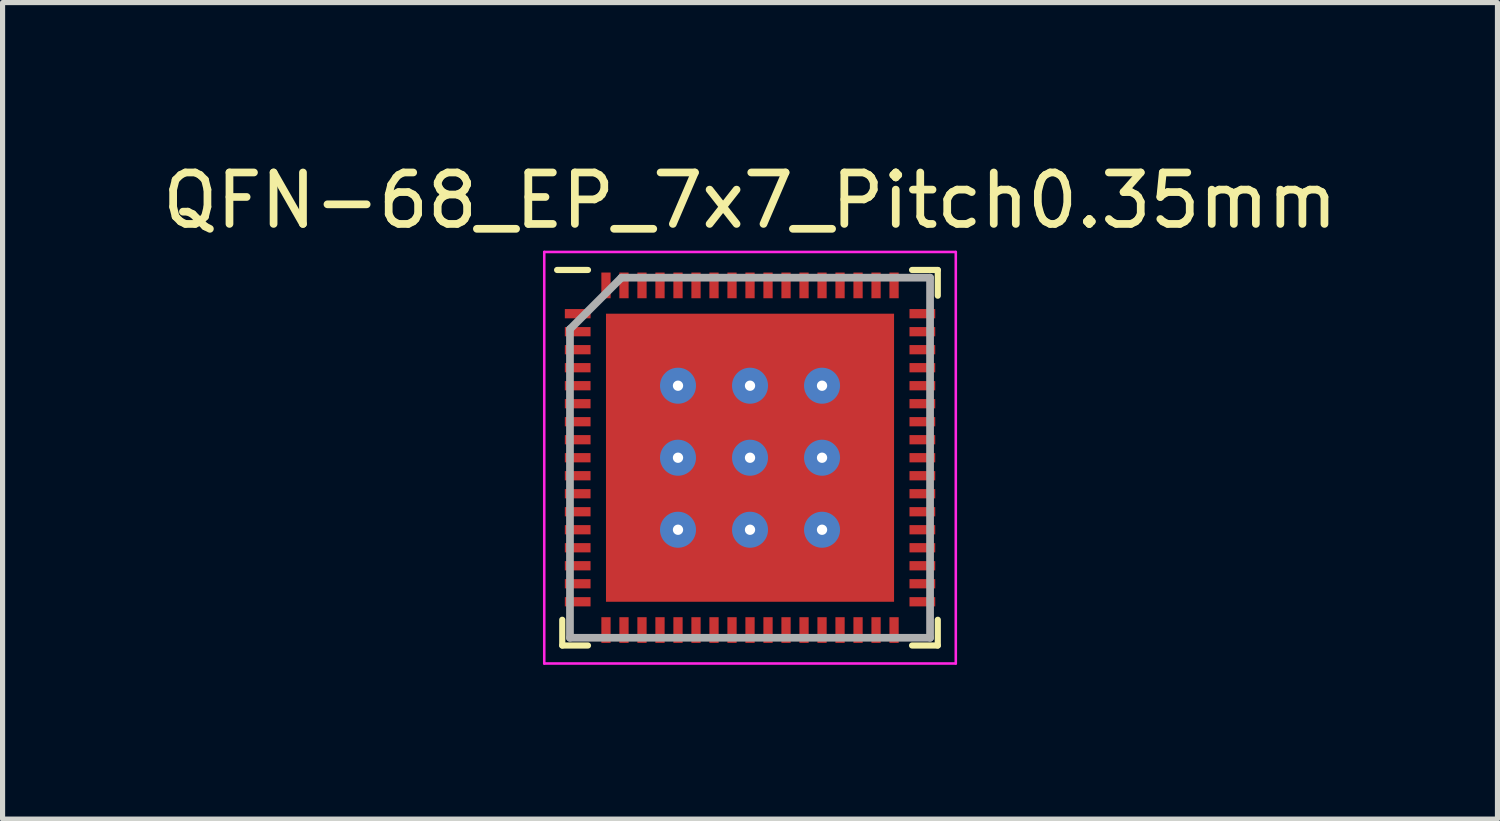
<source format=kicad_pcb>
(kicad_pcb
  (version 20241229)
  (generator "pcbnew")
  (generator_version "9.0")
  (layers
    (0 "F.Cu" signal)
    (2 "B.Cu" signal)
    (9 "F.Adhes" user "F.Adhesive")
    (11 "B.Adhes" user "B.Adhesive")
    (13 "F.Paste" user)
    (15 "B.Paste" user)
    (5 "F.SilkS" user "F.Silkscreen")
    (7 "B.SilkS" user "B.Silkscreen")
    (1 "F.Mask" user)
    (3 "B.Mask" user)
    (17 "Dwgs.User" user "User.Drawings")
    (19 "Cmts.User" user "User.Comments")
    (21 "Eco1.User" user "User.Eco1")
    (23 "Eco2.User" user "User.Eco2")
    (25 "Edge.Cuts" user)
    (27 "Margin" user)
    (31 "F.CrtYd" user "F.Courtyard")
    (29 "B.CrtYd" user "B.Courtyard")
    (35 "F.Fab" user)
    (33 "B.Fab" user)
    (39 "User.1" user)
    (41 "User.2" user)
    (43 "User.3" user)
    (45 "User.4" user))
  (footprint "QFN-68_EP_7x7_Pitch0.35mm"
    (layer "F.Cu")
    (at 11.53 5.848)
    (property "Reference" "QFN-68_EP_7x7_Pitch0.35mm" (at 0 -5 0) (unlocked yes) (layer "F.SilkS") (effects (font (size 1 1) (thickness 0.15))))
    (attr smd)
    (fp_line (start -3.65 3.65) (end -3.65 3.15) (stroke (width 0.12) (type default)) (layer "F.SilkS"))
    (fp_line (start -3.15 -3.65) (end -3.75 -3.65) (stroke (width 0.12) (type default)) (layer "F.SilkS"))
    (fp_line (start -3.15 3.65) (end -3.65 3.65) (stroke (width 0.12) (type default)) (layer "F.SilkS"))
    (fp_line (start 3.15 -3.65) (end 3.65 -3.65) (stroke (width 0.12) (type default)) (layer "F.SilkS"))
    (fp_line (start 3.15 3.65) (end 3.65 3.65) (stroke (width 0.12) (type default)) (layer "F.SilkS"))
    (fp_line (start 3.65 -3.65) (end 3.65 -3.15) (stroke (width 0.12) (type default)) (layer "F.SilkS"))
    (fp_line (start 3.65 3.65) (end 3.65 3.15) (stroke (width 0.12) (type default)) (layer "F.SilkS"))
    (fp_line (start -4 -4) (end 4 -4) (stroke (width 0.05) (type default)) (layer "F.CrtYd"))
    (fp_line (start -4 4) (end -4 -4) (stroke (width 0.05) (type default)) (layer "F.CrtYd"))
    (fp_line (start 4 -4) (end 4 4) (stroke (width 0.05) (type default)) (layer "F.CrtYd"))
    (fp_line (start 4 4) (end -4 4) (stroke (width 0.05) (type default)) (layer "F.CrtYd"))
    (fp_line (start -3.5 -2.5) (end -3.5 3.5) (stroke (width 0.15) (type default)) (layer "F.Fab"))
    (fp_line (start -3.5 3.5) (end 3.5 3.5) (stroke (width 0.15) (type default)) (layer "F.Fab"))
    (fp_line (start -2.5 -3.5) (end -3.5 -2.5) (stroke (width 0.15) (type default)) (layer "F.Fab"))
    (fp_line (start 3.5 -3.5) (end -2.5 -3.5) (stroke (width 0.15) (type default)) (layer "F.Fab"))
    (fp_line (start 3.5 3.5) (end 3.5 -3.5) (stroke (width 0.15) (type default)) (layer "F.Fab"))
    (pad "" smd rect (at -2.1 -2.1) (size 0.7 0.7) (layers "F.Paste"))
    (pad "" smd rect (at -2.1 -0.7) (size 0.7 0.7) (layers "F.Paste"))
    (pad "" smd rect (at -2.1 0.7) (size 0.7 0.7) (layers "F.Paste"))
    (pad "" smd rect (at -2.1 2.1) (size 0.7 0.7) (layers "F.Paste"))
    (pad "" smd rect (at -0.7 -2.1) (size 0.65 0.7) (layers "F.Paste"))
    (pad "" smd rect (at -0.7 -0.7) (size 0.9 0.9) (layers "F.Paste"))
    (pad "" smd rect (at -0.7 0.7) (size 0.9 0.9) (layers "F.Paste"))
    (pad "" smd rect (at -0.7 2.1) (size 0.7 0.7) (layers "F.Paste"))
    (pad "" smd rect (at 0.7 -2.1) (size 0.7 0.7) (layers "F.Paste"))
    (pad "" smd rect (at 0.7 -0.7) (size 0.9 0.9) (layers "F.Paste"))
    (pad "" smd rect (at 0.7 0.7) (size 0.9 0.9) (layers "F.Paste"))
    (pad "" smd rect (at 0.7 2.1) (size 0.7 0.7) (layers "F.Paste"))
    (pad "" smd rect (at 2.1 -2.1) (size 0.7 0.7) (layers "F.Paste"))
    (pad "" smd rect (at 2.1 -0.7) (size 0.7 0.7) (layers "F.Paste"))
    (pad "" smd rect (at 2.1 0.7) (size 0.7 0.7) (layers "F.Paste"))
    (pad "" smd rect (at 2.1 2.1) (size 0.7 0.7) (layers "F.Paste"))
    (pad "1" smd rect (at -3.35 -2.8 90) (size 0.18 0.5) (layers "F.Cu" "F.Mask" "F.Paste"))
    (pad "2" smd rect (at -3.35 -2.45 90) (size 0.18 0.5) (layers "F.Cu" "F.Mask" "F.Paste"))
    (pad "3" smd rect (at -3.35 -2.1 90) (size 0.18 0.5) (layers "F.Cu" "F.Mask" "F.Paste"))
    (pad "4" smd rect (at -3.35 -1.75 90) (size 0.18 0.5) (layers "F.Cu" "F.Mask" "F.Paste"))
    (pad "5" smd rect (at -3.35 -1.4 90) (size 0.18 0.5) (layers "F.Cu" "F.Mask" "F.Paste"))
    (pad "6" smd rect (at -3.35 -1.05 90) (size 0.18 0.5) (layers "F.Cu" "F.Mask" "F.Paste"))
    (pad "7" smd rect (at -3.35 -0.7 90) (size 0.18 0.5) (layers "F.Cu" "F.Mask" "F.Paste"))
    (pad "8" smd rect (at -3.35 -0.35 90) (size 0.18 0.5) (layers "F.Cu" "F.Mask" "F.Paste"))
    (pad "9" smd rect (at -3.35 0 90) (size 0.18 0.5) (layers "F.Cu" "F.Mask" "F.Paste"))
    (pad "10" smd rect (at -3.35 0.35 90) (size 0.18 0.5) (layers "F.Cu" "F.Mask" "F.Paste"))
    (pad "11" smd rect (at -3.35 0.7 90) (size 0.18 0.5) (layers "F.Cu" "F.Mask" "F.Paste"))
    (pad "12" smd rect (at -3.35 1.05 90) (size 0.18 0.5) (layers "F.Cu" "F.Mask" "F.Paste"))
    (pad "13" smd rect (at -3.35 1.4 90) (size 0.18 0.5) (layers "F.Cu" "F.Mask" "F.Paste"))
    (pad "14" smd rect (at -3.35 1.75 90) (size 0.18 0.5) (layers "F.Cu" "F.Mask" "F.Paste"))
    (pad "15" smd rect (at -3.35 2.1 90) (size 0.18 0.5) (layers "F.Cu" "F.Mask" "F.Paste"))
    (pad "16" smd rect (at -3.35 2.45 90) (size 0.18 0.5) (layers "F.Cu" "F.Mask" "F.Paste"))
    (pad "17" smd rect (at -3.35 2.8 90) (size 0.18 0.5) (layers "F.Cu" "F.Mask" "F.Paste"))
    (pad "18" smd rect (at -2.8 3.35) (size 0.18 0.5) (layers "F.Cu" "F.Mask" "F.Paste"))
    (pad "19" smd rect (at -2.45 3.35) (size 0.18 0.5) (layers "F.Cu" "F.Mask" "F.Paste"))
    (pad "20" smd rect (at -2.1 3.35) (size 0.18 0.5) (layers "F.Cu" "F.Mask" "F.Paste"))
    (pad "21" smd rect (at -1.75 3.35) (size 0.18 0.5) (layers "F.Cu" "F.Mask" "F.Paste"))
    (pad "22" smd rect (at -1.4 3.35) (size 0.18 0.5) (layers "F.Cu" "F.Mask" "F.Paste"))
    (pad "23" smd rect (at -1.05 3.35) (size 0.18 0.5) (layers "F.Cu" "F.Mask" "F.Paste"))
    (pad "24" smd rect (at -0.7 3.35) (size 0.18 0.5) (layers "F.Cu" "F.Mask" "F.Paste"))
    (pad "25" smd rect (at -0.35 3.35) (size 0.18 0.5) (layers "F.Cu" "F.Mask" "F.Paste"))
    (pad "26" smd rect (at 0 3.35) (size 0.18 0.5) (layers "F.Cu" "F.Mask" "F.Paste"))
    (pad "27" smd rect (at 0.35 3.35) (size 0.18 0.5) (layers "F.Cu" "F.Mask" "F.Paste"))
    (pad "28" smd rect (at 0.7 3.35) (size 0.18 0.5) (layers "F.Cu" "F.Mask" "F.Paste"))
    (pad "29" smd rect (at 1.05 3.35) (size 0.18 0.5) (layers "F.Cu" "F.Mask" "F.Paste"))
    (pad "30" smd rect (at 1.4 3.35) (size 0.18 0.5) (layers "F.Cu" "F.Mask" "F.Paste"))
    (pad "31" smd rect (at 1.75 3.35) (size 0.18 0.5) (layers "F.Cu" "F.Mask" "F.Paste"))
    (pad "32" smd rect (at 2.1 3.35) (size 0.18 0.5) (layers "F.Cu" "F.Mask" "F.Paste"))
    (pad "33" smd rect (at 2.45 3.35) (size 0.18 0.5) (layers "F.Cu" "F.Mask" "F.Paste"))
    (pad "34" smd rect (at 2.8 3.35) (size 0.18 0.5) (layers "F.Cu" "F.Mask" "F.Paste"))
    (pad "35" smd rect (at 3.35 2.8 90) (size 0.18 0.5) (layers "F.Cu" "F.Mask" "F.Paste"))
    (pad "36" smd rect (at 3.35 2.45 90) (size 0.18 0.5) (layers "F.Cu" "F.Mask" "F.Paste"))
    (pad "37" smd rect (at 3.35 2.1 90) (size 0.18 0.5) (layers "F.Cu" "F.Mask" "F.Paste"))
    (pad "38" smd rect (at 3.35 1.75 90) (size 0.18 0.5) (layers "F.Cu" "F.Mask" "F.Paste"))
    (pad "39" smd rect (at 3.35 1.4 90) (size 0.18 0.5) (layers "F.Cu" "F.Mask" "F.Paste"))
    (pad "40" smd rect (at 3.35 1.05 90) (size 0.18 0.5) (layers "F.Cu" "F.Mask" "F.Paste"))
    (pad "41" smd rect (at 3.35 0.7 90) (size 0.18 0.5) (layers "F.Cu" "F.Mask" "F.Paste"))
    (pad "42" smd rect (at 3.35 0.35 90) (size 0.18 0.5) (layers "F.Cu" "F.Mask" "F.Paste"))
    (pad "43" smd rect (at 3.35 0 90) (size 0.18 0.5) (layers "F.Cu" "F.Mask" "F.Paste"))
    (pad "44" smd rect (at 3.35 -0.35 90) (size 0.18 0.5) (layers "F.Cu" "F.Mask" "F.Paste"))
    (pad "45" smd rect (at 3.35 -0.7 90) (size 0.18 0.5) (layers "F.Cu" "F.Mask" "F.Paste"))
    (pad "46" smd rect (at 3.35 -1.05 90) (size 0.18 0.5) (layers "F.Cu" "F.Mask" "F.Paste"))
    (pad "47" smd rect (at 3.35 -1.4 90) (size 0.18 0.5) (layers "F.Cu" "F.Mask" "F.Paste"))
    (pad "48" smd rect (at 3.35 -1.75 90) (size 0.18 0.5) (layers "F.Cu" "F.Mask" "F.Paste"))
    (pad "49" smd rect (at 3.35 -2.1 90) (size 0.18 0.5) (layers "F.Cu" "F.Mask" "F.Paste"))
    (pad "50" smd rect (at 3.35 -2.45 90) (size 0.18 0.5) (layers "F.Cu" "F.Mask" "F.Paste"))
    (pad "51" smd rect (at 3.35 -2.8 90) (size 0.18 0.5) (layers "F.Cu" "F.Mask" "F.Paste"))
    (pad "52" smd rect (at 2.8 -3.35) (size 0.18 0.5) (layers "F.Cu" "F.Mask" "F.Paste"))
    (pad "53" smd rect (at 2.45 -3.35) (size 0.18 0.5) (layers "F.Cu" "F.Mask" "F.Paste"))
    (pad "54" smd rect (at 2.1 -3.35) (size 0.18 0.5) (layers "F.Cu" "F.Mask" "F.Paste"))
    (pad "55" smd rect (at 1.75 -3.35) (size 0.18 0.5) (layers "F.Cu" "F.Mask" "F.Paste"))
    (pad "56" smd rect (at 1.4 -3.35) (size 0.18 0.5) (layers "F.Cu" "F.Mask" "F.Paste"))
    (pad "57" smd rect (at 1.05 -3.35) (size 0.18 0.5) (layers "F.Cu" "F.Mask" "F.Paste"))
    (pad "58" smd rect (at 0.7 -3.35) (size 0.18 0.5) (layers "F.Cu" "F.Mask" "F.Paste"))
    (pad "59" smd rect (at 0.35 -3.35) (size 0.18 0.5) (layers "F.Cu" "F.Mask" "F.Paste"))
    (pad "60" smd rect (at 0 -3.35) (size 0.18 0.5) (layers "F.Cu" "F.Mask" "F.Paste"))
    (pad "61" smd rect (at -0.35 -3.35) (size 0.18 0.5) (layers "F.Cu" "F.Mask" "F.Paste"))
    (pad "62" smd rect (at -0.7 -3.35) (size 0.18 0.5) (layers "F.Cu" "F.Mask" "F.Paste"))
    (pad "63" smd rect (at -1.05 -3.35) (size 0.18 0.5) (layers "F.Cu" "F.Mask" "F.Paste"))
    (pad "64" smd rect (at -1.4 -3.35) (size 0.18 0.5) (layers "F.Cu" "F.Mask" "F.Paste"))
    (pad "65" smd rect (at -1.75 -3.35) (size 0.18 0.5) (layers "F.Cu" "F.Mask" "F.Paste"))
    (pad "66" smd rect (at -2.1 -3.35) (size 0.18 0.5) (layers "F.Cu" "F.Mask" "F.Paste"))
    (pad "67" smd rect (at -2.45 -3.35) (size 0.18 0.5) (layers "F.Cu" "F.Mask" "F.Paste"))
    (pad "68" smd rect (at -2.8 -3.35) (size 0.18 0.5) (layers "F.Cu" "F.Mask" "F.Paste"))
    (pad "69" thru_hole circle (at -1.4 -1.4) (size 0.7 0.7) (drill 0.2) (layers "*.Cu" "*.Mask"))
    (pad "69" thru_hole circle (at -1.4 0) (size 0.7 0.7) (drill 0.2) (layers "*.Cu" "*.Mask"))
    (pad "69" thru_hole circle (at -1.4 1.4) (size 0.7 0.7) (drill 0.2) (layers "*.Cu" "*.Mask"))
    (pad "69" thru_hole circle (at 0 -1.4) (size 0.7 0.7) (drill 0.2) (layers "*.Cu" "*.Mask"))
    (pad "69" thru_hole circle (at 0 0) (size 0.7 0.7) (drill 0.2) (layers "*.Cu" "*.Mask"))
    (pad "69" smd rect (at 0 0) (size 5.6 5.6) (layers "F.Cu" "F.Mask"))
    (pad "69" thru_hole circle (at 0 1.4) (size 0.7 0.7) (drill 0.2) (layers "*.Cu" "*.Mask"))
    (pad "69" thru_hole circle (at 1.4 -1.4) (size 0.7 0.7) (drill 0.2) (layers "*.Cu" "*.Mask"))
    (pad "69" thru_hole circle (at 1.4 0) (size 0.7 0.7) (drill 0.2) (layers "*.Cu" "*.Mask"))
    (pad "69" thru_hole circle (at 1.4 1.4) (size 0.7 0.7) (drill 0.2) (layers "*.Cu" "*.Mask")))
  (gr_rect
    (start -3 -3)
    (end 26.06 12.873)
    (stroke (width 0.1) (type default))
    (fill no)
    (layer "Edge.Cuts")))
</source>
